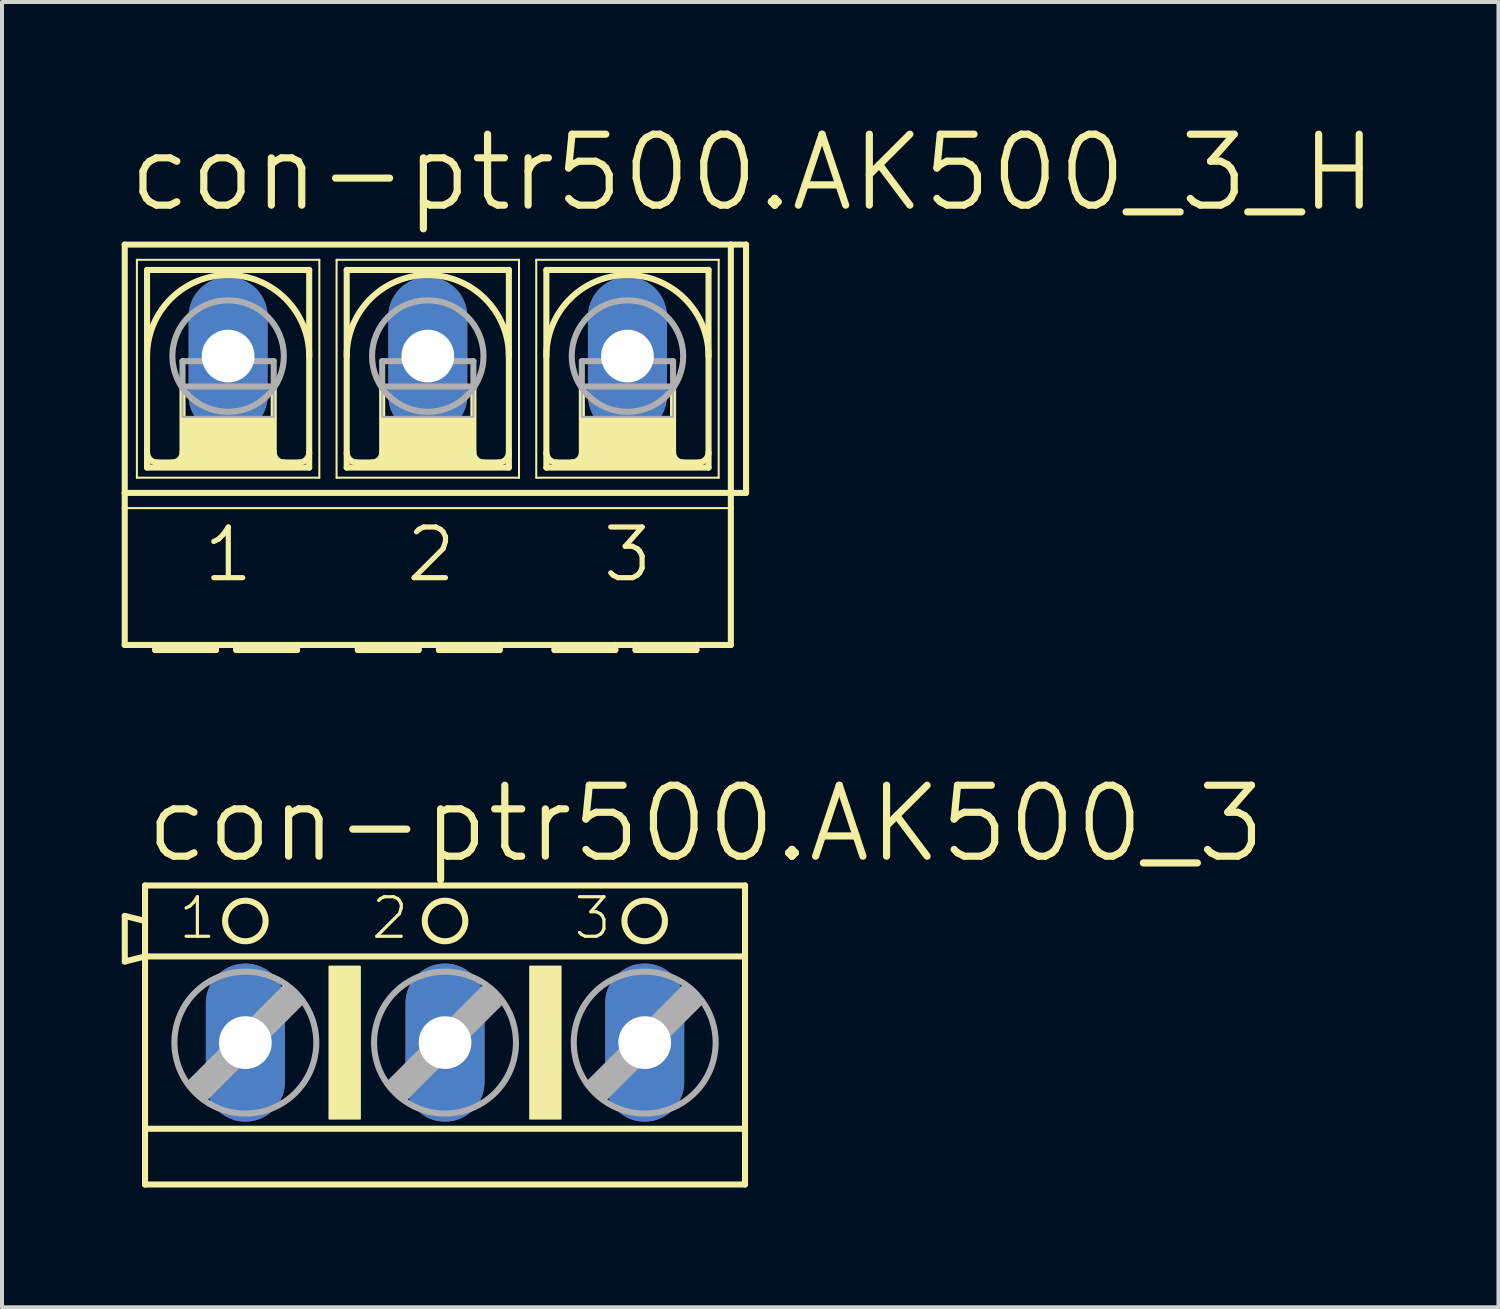
<source format=kicad_pcb>
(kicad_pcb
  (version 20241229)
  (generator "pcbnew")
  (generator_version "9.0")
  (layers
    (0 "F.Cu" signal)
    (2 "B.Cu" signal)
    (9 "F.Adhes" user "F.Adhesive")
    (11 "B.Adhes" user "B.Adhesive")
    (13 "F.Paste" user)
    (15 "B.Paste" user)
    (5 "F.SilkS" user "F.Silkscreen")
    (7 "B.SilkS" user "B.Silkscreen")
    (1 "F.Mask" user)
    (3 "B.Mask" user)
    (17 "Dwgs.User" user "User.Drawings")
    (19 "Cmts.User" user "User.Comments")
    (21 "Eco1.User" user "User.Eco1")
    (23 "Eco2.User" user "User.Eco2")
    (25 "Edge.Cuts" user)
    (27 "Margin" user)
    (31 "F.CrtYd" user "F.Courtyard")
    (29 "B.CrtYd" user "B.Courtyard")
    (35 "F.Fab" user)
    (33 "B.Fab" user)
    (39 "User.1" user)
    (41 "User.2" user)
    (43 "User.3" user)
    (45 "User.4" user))
  (footprint "con-ptr500.AK500_3_H"
    (layer "F.Cu")
    (at 7.671 5.874)
    (property "Reference" "con-ptr500.AK500_3_H" (at -7.595 -3.556 0) (layer "F.SilkS") (effects (font (size 1.778 1.778) (thickness 0.18)) (justify left bottom)))
    (attr through_hole)
    (fp_line (start -7.595 3.429) (end -7.595 -2.794) (stroke (width 0.152) (type default)) (layer "F.SilkS"))
    (fp_line (start -7.595 3.429) (end 7.595 3.429) (stroke (width 0.152) (type default)) (layer "F.SilkS"))
    (fp_line (start -7.595 3.81) (end -7.595 3.429) (stroke (width 0.152) (type default)) (layer "F.SilkS"))
    (fp_line (start -7.595 7.239) (end -7.595 3.81) (stroke (width 0.152) (type default)) (layer "F.SilkS"))
    (fp_line (start -7.595 7.239) (end -6.833 7.239) (stroke (width 0.152) (type default)) (layer "F.SilkS"))
    (fp_line (start -7.29 -2.413) (end -7.29 3.048) (stroke (width 0.051) (type default)) (layer "F.SilkS"))
    (fp_line (start -7.29 -2.413) (end -2.718 -2.413) (stroke (width 0.051) (type default)) (layer "F.SilkS"))
    (fp_line (start -7.036 2.794) (end -7.036 -2.159) (stroke (width 0.152) (type default)) (layer "F.SilkS"))
    (fp_line (start -7.036 2.794) (end -2.972 2.794) (stroke (width 0.152) (type default)) (layer "F.SilkS"))
    (fp_line (start -6.833 7.239) (end -5.309 7.239) (stroke (width 0.152) (type default)) (layer "F.SilkS"))
    (fp_line (start -6.833 7.366) (end -6.833 7.239) (stroke (width 0.152) (type default)) (layer "F.SilkS"))
    (fp_line (start -6.833 7.366) (end -5.309 7.366) (stroke (width 0.152) (type default)) (layer "F.SilkS"))
    (fp_line (start -6.147 0.762) (end -6.147 2.413) (stroke (width 0.152) (type default)) (layer "F.SilkS"))
    (fp_line (start -5.309 7.239) (end -5.309 7.366) (stroke (width 0.152) (type default)) (layer "F.SilkS"))
    (fp_line (start -5.309 7.239) (end -4.801 7.239) (stroke (width 0.152) (type default)) (layer "F.SilkS"))
    (fp_line (start -4.801 7.239) (end -3.277 7.239) (stroke (width 0.152) (type default)) (layer "F.SilkS"))
    (fp_line (start -4.801 7.366) (end -4.801 7.239) (stroke (width 0.152) (type default)) (layer "F.SilkS"))
    (fp_line (start -4.801 7.366) (end -3.277 7.366) (stroke (width 0.152) (type default)) (layer "F.SilkS"))
    (fp_line (start -3.861 0.762) (end -3.861 2.413) (stroke (width 0.152) (type default)) (layer "F.SilkS"))
    (fp_line (start -3.277 7.239) (end -1.753 7.239) (stroke (width 0.152) (type default)) (layer "F.SilkS"))
    (fp_line (start -3.277 7.366) (end -3.277 7.239) (stroke (width 0.152) (type default)) (layer "F.SilkS"))
    (fp_line (start -3.226 2.667) (end -6.782 2.667) (stroke (width 0.152) (type default)) (layer "F.SilkS"))
    (fp_line (start -2.972 -2.159) (end -7.036 -2.159) (stroke (width 0.152) (type default)) (layer "F.SilkS"))
    (fp_line (start -2.972 -2.159) (end -2.972 2.794) (stroke (width 0.152) (type default)) (layer "F.SilkS"))
    (fp_line (start -2.718 -2.413) (end -2.718 3.048) (stroke (width 0.051) (type default)) (layer "F.SilkS"))
    (fp_line (start -2.718 3.048) (end -7.29 3.048) (stroke (width 0.051) (type default)) (layer "F.SilkS"))
    (fp_line (start -2.286 -2.413) (end -2.286 3.048) (stroke (width 0.051) (type default)) (layer "F.SilkS"))
    (fp_line (start -2.286 -2.413) (end 2.286 -2.413) (stroke (width 0.051) (type default)) (layer "F.SilkS"))
    (fp_line (start -2.032 -2.159) (end -2.032 2.794) (stroke (width 0.152) (type default)) (layer "F.SilkS"))
    (fp_line (start -2.032 2.794) (end 2.032 2.794) (stroke (width 0.152) (type default)) (layer "F.SilkS"))
    (fp_line (start -1.753 7.239) (end -0.229 7.239) (stroke (width 0.152) (type default)) (layer "F.SilkS"))
    (fp_line (start -1.753 7.366) (end -1.753 7.239) (stroke (width 0.152) (type default)) (layer "F.SilkS"))
    (fp_line (start -1.753 7.366) (end -0.229 7.366) (stroke (width 0.152) (type default)) (layer "F.SilkS"))
    (fp_line (start -1.143 0.762) (end -1.143 2.413) (stroke (width 0.152) (type default)) (layer "F.SilkS"))
    (fp_line (start -0.229 7.239) (end -0.229 7.366) (stroke (width 0.152) (type default)) (layer "F.SilkS"))
    (fp_line (start -0.229 7.239) (end 0.279 7.239) (stroke (width 0.152) (type default)) (layer "F.SilkS"))
    (fp_line (start 0.279 7.239) (end 1.803 7.239) (stroke (width 0.152) (type default)) (layer "F.SilkS"))
    (fp_line (start 0.279 7.366) (end 0.279 7.239) (stroke (width 0.152) (type default)) (layer "F.SilkS"))
    (fp_line (start 0.279 7.366) (end 1.803 7.366) (stroke (width 0.152) (type default)) (layer "F.SilkS"))
    (fp_line (start 1.143 0.762) (end 1.143 2.413) (stroke (width 0.152) (type default)) (layer "F.SilkS"))
    (fp_line (start 1.778 2.667) (end -1.778 2.667) (stroke (width 0.152) (type default)) (layer "F.SilkS"))
    (fp_line (start 1.803 7.366) (end 1.803 7.239) (stroke (width 0.152) (type default)) (layer "F.SilkS"))
    (fp_line (start 2.032 -2.159) (end -2.032 -2.159) (stroke (width 0.152) (type default)) (layer "F.SilkS"))
    (fp_line (start 2.032 2.794) (end 2.032 -2.159) (stroke (width 0.152) (type default)) (layer "F.SilkS"))
    (fp_line (start 2.286 3.048) (end -2.286 3.048) (stroke (width 0.051) (type default)) (layer "F.SilkS"))
    (fp_line (start 2.286 3.048) (end 2.286 -2.413) (stroke (width 0.051) (type default)) (layer "F.SilkS"))
    (fp_line (start 2.718 -2.413) (end 2.718 3.048) (stroke (width 0.051) (type default)) (layer "F.SilkS"))
    (fp_line (start 2.718 -2.413) (end 7.29 -2.413) (stroke (width 0.051) (type default)) (layer "F.SilkS"))
    (fp_line (start 2.972 2.794) (end 2.972 -2.159) (stroke (width 0.152) (type default)) (layer "F.SilkS"))
    (fp_line (start 2.972 2.794) (end 7.036 2.794) (stroke (width 0.152) (type default)) (layer "F.SilkS"))
    (fp_line (start 3.175 7.239) (end 1.803 7.239) (stroke (width 0.152) (type default)) (layer "F.SilkS"))
    (fp_line (start 3.175 7.239) (end 3.175 7.366) (stroke (width 0.152) (type default)) (layer "F.SilkS"))
    (fp_line (start 3.175 7.239) (end 4.699 7.239) (stroke (width 0.152) (type default)) (layer "F.SilkS"))
    (fp_line (start 3.175 7.366) (end 4.699 7.366) (stroke (width 0.152) (type default)) (layer "F.SilkS"))
    (fp_line (start 3.861 0.762) (end 3.861 2.413) (stroke (width 0.152) (type default)) (layer "F.SilkS"))
    (fp_line (start 4.699 7.239) (end 4.699 7.366) (stroke (width 0.152) (type default)) (layer "F.SilkS"))
    (fp_line (start 4.699 7.239) (end 5.207 7.239) (stroke (width 0.152) (type default)) (layer "F.SilkS"))
    (fp_line (start 5.207 7.239) (end 5.207 7.366) (stroke (width 0.152) (type default)) (layer "F.SilkS"))
    (fp_line (start 5.207 7.239) (end 6.731 7.239) (stroke (width 0.152) (type default)) (layer "F.SilkS"))
    (fp_line (start 5.207 7.366) (end 6.731 7.366) (stroke (width 0.152) (type default)) (layer "F.SilkS"))
    (fp_line (start 6.147 0.762) (end 6.147 2.413) (stroke (width 0.152) (type default)) (layer "F.SilkS"))
    (fp_line (start 6.731 7.366) (end 6.731 7.239) (stroke (width 0.152) (type default)) (layer "F.SilkS"))
    (fp_line (start 6.782 2.667) (end 3.226 2.667) (stroke (width 0.152) (type default)) (layer "F.SilkS"))
    (fp_line (start 7.036 -2.159) (end 2.972 -2.159) (stroke (width 0.152) (type default)) (layer "F.SilkS"))
    (fp_line (start 7.036 -2.159) (end 7.036 2.794) (stroke (width 0.152) (type default)) (layer "F.SilkS"))
    (fp_line (start 7.29 -2.413) (end 7.29 3.048) (stroke (width 0.051) (type default)) (layer "F.SilkS"))
    (fp_line (start 7.29 3.048) (end 2.718 3.048) (stroke (width 0.051) (type default)) (layer "F.SilkS"))
    (fp_line (start 7.595 -2.794) (end -7.595 -2.794) (stroke (width 0.152) (type default)) (layer "F.SilkS"))
    (fp_line (start 7.595 -2.794) (end 7.595 3.429) (stroke (width 0.152) (type default)) (layer "F.SilkS"))
    (fp_line (start 7.595 3.429) (end 7.595 3.81) (stroke (width 0.152) (type default)) (layer "F.SilkS"))
    (fp_line (start 7.595 3.81) (end -7.595 3.81) (stroke (width 0.051) (type default)) (layer "F.SilkS"))
    (fp_line (start 7.595 3.81) (end 7.595 7.239) (stroke (width 0.152) (type default)) (layer "F.SilkS"))
    (fp_line (start 7.595 7.239) (end 6.731 7.239) (stroke (width 0.152) (type default)) (layer "F.SilkS"))
    (fp_line (start 7.976 -2.794) (end 7.595 -2.794) (stroke (width 0.152) (type default)) (layer "F.SilkS"))
    (fp_line (start 7.976 -2.794) (end 7.976 3.429) (stroke (width 0.152) (type default)) (layer "F.SilkS"))
    (fp_line (start 7.976 3.429) (end 7.595 3.429) (stroke (width 0.152) (type default)) (layer "F.SilkS"))
    (fp_rect (start -6.147 2.667) (end -3.861 1.524) (stroke (width 0.05) (type default)) (fill yes) (layer "F.SilkS"))
    (fp_rect (start -1.143 2.667) (end 1.143 1.524) (stroke (width 0.05) (type default)) (fill yes) (layer "F.SilkS"))
    (fp_rect (start 3.861 2.667) (end 6.147 1.524) (stroke (width 0.05) (type default)) (fill yes) (layer "F.SilkS"))
    (fp_arc (start -7.0358 0) (mid -5.0038 -2.032) (end -2.9718 0) (stroke (width 0.1524) (type default)) (layer "F.SilkS"))
    (fp_arc (start -6.7818 2.667) (mid -6.961405 2.592605) (end -7.0358 2.413) (stroke (width 0.1524) (type default)) (layer "F.SilkS"))
    (fp_arc (start -6.1468 2.413) (mid -6.221195 2.592605) (end -6.4008 2.667) (stroke (width 0.1524) (type default)) (layer "F.SilkS"))
    (fp_arc (start -3.6068 2.667) (mid -3.786405 2.592605) (end -3.8608 2.413) (stroke (width 0.1524) (type default)) (layer "F.SilkS"))
    (fp_arc (start -2.9718 2.413) (mid -3.046195 2.592605) (end -3.2258 2.667) (stroke (width 0.1524) (type default)) (layer "F.SilkS"))
    (fp_arc (start -2.032 0) (mid 0 -2.032) (end 2.032 0) (stroke (width 0.1524) (type default)) (layer "F.SilkS"))
    (fp_arc (start -1.778 2.667) (mid -1.957605 2.592605) (end -2.032 2.413) (stroke (width 0.1524) (type default)) (layer "F.SilkS"))
    (fp_arc (start -1.143 2.413) (mid -1.217395 2.592605) (end -1.397 2.667) (stroke (width 0.1524) (type default)) (layer "F.SilkS"))
    (fp_arc (start 1.397 2.667) (mid 1.217395 2.592605) (end 1.143 2.413) (stroke (width 0.1524) (type default)) (layer "F.SilkS"))
    (fp_arc (start 2.032 2.413) (mid 1.957605 2.592605) (end 1.778 2.667) (stroke (width 0.1524) (type default)) (layer "F.SilkS"))
    (fp_arc (start 2.9718 0) (mid 5.0038 -2.032) (end 7.0358 0) (stroke (width 0.1524) (type default)) (layer "F.SilkS"))
    (fp_arc (start 3.2258 2.667) (mid 3.046195 2.592605) (end 2.9718 2.413) (stroke (width 0.1524) (type default)) (layer "F.SilkS"))
    (fp_arc (start 3.8608 2.413) (mid 3.786405 2.592605) (end 3.6068 2.667) (stroke (width 0.1524) (type default)) (layer "F.SilkS"))
    (fp_arc (start 6.4008 2.667) (mid 6.221195 2.592605) (end 6.1468 2.413) (stroke (width 0.1524) (type default)) (layer "F.SilkS"))
    (fp_arc (start 7.0358 2.413) (mid 6.961405 2.592605) (end 6.7818 2.667) (stroke (width 0.1524) (type default)) (layer "F.SilkS"))
    (fp_line (start -6.147 0.127) (end -6.147 0.762) (stroke (width 0.152) (type default)) (layer "F.Fab"))
    (fp_line (start -6.147 0.127) (end -3.861 0.127) (stroke (width 0.152) (type default)) (layer "F.Fab"))
    (fp_line (start -6.147 0.762) (end -3.861 0.762) (stroke (width 0.152) (type default)) (layer "F.Fab"))
    (fp_line (start -3.861 0.127) (end -3.861 0.762) (stroke (width 0.152) (type default)) (layer "F.Fab"))
    (fp_line (start -1.143 0.127) (end -1.143 0.762) (stroke (width 0.152) (type default)) (layer "F.Fab"))
    (fp_line (start -1.143 0.127) (end 1.143 0.127) (stroke (width 0.152) (type default)) (layer "F.Fab"))
    (fp_line (start -1.143 0.762) (end 1.143 0.762) (stroke (width 0.152) (type default)) (layer "F.Fab"))
    (fp_line (start 1.143 0.127) (end 1.143 0.762) (stroke (width 0.152) (type default)) (layer "F.Fab"))
    (fp_line (start 3.861 0.127) (end 3.861 0.762) (stroke (width 0.152) (type default)) (layer "F.Fab"))
    (fp_line (start 3.861 0.127) (end 6.147 0.127) (stroke (width 0.152) (type default)) (layer "F.Fab"))
    (fp_line (start 3.861 0.762) (end 6.147 0.762) (stroke (width 0.152) (type default)) (layer "F.Fab"))
    (fp_line (start 6.147 0.127) (end 6.147 0.762) (stroke (width 0.152) (type default)) (layer "F.Fab"))
    (fp_rect (start -6.147 1.524) (end -3.861 0.762) (stroke (width 0.05) (type default)) (fill no) (layer "F.Fab"))
    (fp_rect (start -1.143 1.524) (end 1.143 0.762) (stroke (width 0.05) (type default)) (fill no) (layer "F.Fab"))
    (fp_rect (start 3.861 1.524) (end 6.147 0.762) (stroke (width 0.05) (type default)) (fill no) (layer "F.Fab"))
    (fp_circle (center -5.004 0) (end -3.607 0) (stroke (width 0.152) (type default)) (fill no) (layer "F.Fab"))
    (fp_circle (center 0 0) (end 1.397 0) (stroke (width 0.152) (type default)) (fill no) (layer "F.Fab"))
    (fp_circle (center 5.004 0) (end 6.401 0) (stroke (width 0.152) (type default)) (fill no) (layer "F.Fab"))
    (fp_text user "3" (at 4.318 5.715 0) (layer "F.SilkS") (effects (font (size 1.27 1.27) (thickness 0.13)) (justify left bottom)))
    (fp_text user "2" (at -0.61 5.715 0) (layer "F.SilkS") (effects (font (size 1.27 1.27) (thickness 0.13)) (justify left bottom)))
    (fp_text user "1" (at -5.69 5.715 0) (layer "F.SilkS") (effects (font (size 1.27 1.27) (thickness 0.13)) (justify left bottom)))
    (pad "1" thru_hole oval (at -5.004 0 90) (size 3.962 1.981) (drill 1.321) (layers "*.Cu" "*.Mask"))
    (pad "2" thru_hole oval (at 0 0 90) (size 3.962 1.981) (drill 1.321) (layers "*.Cu" "*.Mask"))
    (pad "3" thru_hole oval (at 5.004 0 90) (size 3.962 1.981) (drill 1.321) (layers "*.Cu" "*.Mask")))
  (footprint "con-ptr500.AK500_3"
    (layer "F.Cu")
    (at 8.103 23.079)
    (property "Reference" "con-ptr500.AK500_3" (at -7.595 -4.445 0) (layer "F.SilkS") (effects (font (size 1.778 1.778) (thickness 0.18)) (justify left bottom)))
    (attr through_hole)
    (fp_line (start -8.026 -3.175) (end -8.026 -2.032) (stroke (width 0.152) (type default)) (layer "F.SilkS"))
    (fp_line (start -8.026 -2.032) (end -7.518 -2.159) (stroke (width 0.152) (type default)) (layer "F.SilkS"))
    (fp_line (start -7.518 -3.048) (end -8.026 -3.175) (stroke (width 0.152) (type default)) (layer "F.SilkS"))
    (fp_line (start -7.518 -3.048) (end -7.518 -3.937) (stroke (width 0.152) (type default)) (layer "F.SilkS"))
    (fp_line (start -7.518 -2.159) (end -7.518 -3.048) (stroke (width 0.152) (type default)) (layer "F.SilkS"))
    (fp_line (start -7.518 -2.159) (end 7.518 -2.159) (stroke (width 0.152) (type default)) (layer "F.SilkS"))
    (fp_line (start -7.518 2.159) (end -7.518 -2.159) (stroke (width 0.152) (type default)) (layer "F.SilkS"))
    (fp_line (start -7.518 2.159) (end 7.518 2.159) (stroke (width 0.152) (type default)) (layer "F.SilkS"))
    (fp_line (start -7.518 3.556) (end -7.518 2.159) (stroke (width 0.152) (type default)) (layer "F.SilkS"))
    (fp_line (start -7.518 3.556) (end 7.518 3.556) (stroke (width 0.152) (type default)) (layer "F.SilkS"))
    (fp_line (start 7.518 -3.937) (end -7.518 -3.937) (stroke (width 0.152) (type default)) (layer "F.SilkS"))
    (fp_line (start 7.518 -3.937) (end 7.518 -2.159) (stroke (width 0.152) (type default)) (layer "F.SilkS"))
    (fp_line (start 7.518 -2.159) (end 7.518 2.159) (stroke (width 0.152) (type default)) (layer "F.SilkS"))
    (fp_line (start 7.518 2.159) (end 7.518 3.556) (stroke (width 0.152) (type default)) (layer "F.SilkS"))
    (fp_rect (start -2.896 1.905) (end -2.134 -1.905) (stroke (width 0.05) (type default)) (fill yes) (layer "F.SilkS"))
    (fp_rect (start 2.134 1.905) (end 2.896 -1.905) (stroke (width 0.05) (type default)) (fill yes) (layer "F.SilkS"))
    (fp_circle (center -5.004 -3.048) (end -4.496 -3.048) (stroke (width 0.152) (type default)) (fill no) (layer "F.SilkS"))
    (fp_circle (center 0 -3.048) (end 0.508 -3.048) (stroke (width 0.152) (type default)) (fill no) (layer "F.SilkS"))
    (fp_circle (center 5.004 -3.048) (end 5.512 -3.048) (stroke (width 0.152) (type default)) (fill no) (layer "F.SilkS"))
    (fp_line (start -6.401 1.016) (end -6.02 1.397) (stroke (width 0.152) (type default)) (layer "F.Fab"))
    (fp_line (start -6.401 1.016) (end -3.988 -1.397) (stroke (width 0.152) (type default)) (layer "F.Fab"))
    (fp_line (start -6.02 1.016) (end -3.988 -1.016) (stroke (width 0.61) (type default)) (layer "F.Fab"))
    (fp_line (start -6.02 1.397) (end -3.607 -1.016) (stroke (width 0.152) (type default)) (layer "F.Fab"))
    (fp_line (start -3.988 -1.397) (end -3.607 -1.016) (stroke (width 0.152) (type default)) (layer "F.Fab"))
    (fp_line (start -1.397 1.016) (end -1.016 1.397) (stroke (width 0.152) (type default)) (layer "F.Fab"))
    (fp_line (start -1.397 1.016) (end 1.016 -1.397) (stroke (width 0.152) (type default)) (layer "F.Fab"))
    (fp_line (start -1.016 1.016) (end 1.016 -1.016) (stroke (width 0.61) (type default)) (layer "F.Fab"))
    (fp_line (start -1.016 1.397) (end 1.397 -1.016) (stroke (width 0.152) (type default)) (layer "F.Fab"))
    (fp_line (start 1.016 -1.397) (end 1.397 -1.016) (stroke (width 0.152) (type default)) (layer "F.Fab"))
    (fp_line (start 3.607 1.016) (end 3.988 1.397) (stroke (width 0.152) (type default)) (layer "F.Fab"))
    (fp_line (start 3.607 1.016) (end 6.02 -1.397) (stroke (width 0.152) (type default)) (layer "F.Fab"))
    (fp_line (start 3.988 1.016) (end 6.02 -1.016) (stroke (width 0.61) (type default)) (layer "F.Fab"))
    (fp_line (start 3.988 1.397) (end 6.401 -1.016) (stroke (width 0.152) (type default)) (layer "F.Fab"))
    (fp_line (start 6.02 -1.397) (end 6.401 -1.016) (stroke (width 0.152) (type default)) (layer "F.Fab"))
    (fp_circle (center -5.004 0) (end -3.226 0) (stroke (width 0.152) (type default)) (fill no) (layer "F.Fab"))
    (fp_circle (center 0 0) (end 1.778 0) (stroke (width 0.152) (type default)) (fill no) (layer "F.Fab"))
    (fp_circle (center 5.004 0) (end 6.782 0) (stroke (width 0.152) (type default)) (fill no) (layer "F.Fab"))
    (fp_text user "2" (at -1.905 -2.54 0) (layer "F.SilkS") (effects (font (size 0.991 0.991) (thickness 0.08)) (justify left bottom)))
    (fp_text user "3" (at 3.175 -2.54 0) (layer "F.SilkS") (effects (font (size 0.991 0.991) (thickness 0.08)) (justify left bottom)))
    (fp_text user "1" (at -6.731 -2.54 0) (layer "F.SilkS") (effects (font (size 0.991 0.991) (thickness 0.08)) (justify left bottom)))
    (pad "1" thru_hole oval (at -5.004 0 90) (size 3.962 1.981) (drill 1.321) (layers "*.Cu" "*.Mask"))
    (pad "2" thru_hole oval (at 0 0 90) (size 3.962 1.981) (drill 1.321) (layers "*.Cu" "*.Mask"))
    (pad "3" thru_hole oval (at 5.004 0 90) (size 3.962 1.981) (drill 1.321) (layers "*.Cu" "*.Mask")))
  (gr_rect
    (start -3 -3)
    (end 34.503 29.711)
    (stroke (width 0.1) (type default))
    (fill no)
    (layer "Edge.Cuts")))
</source>
